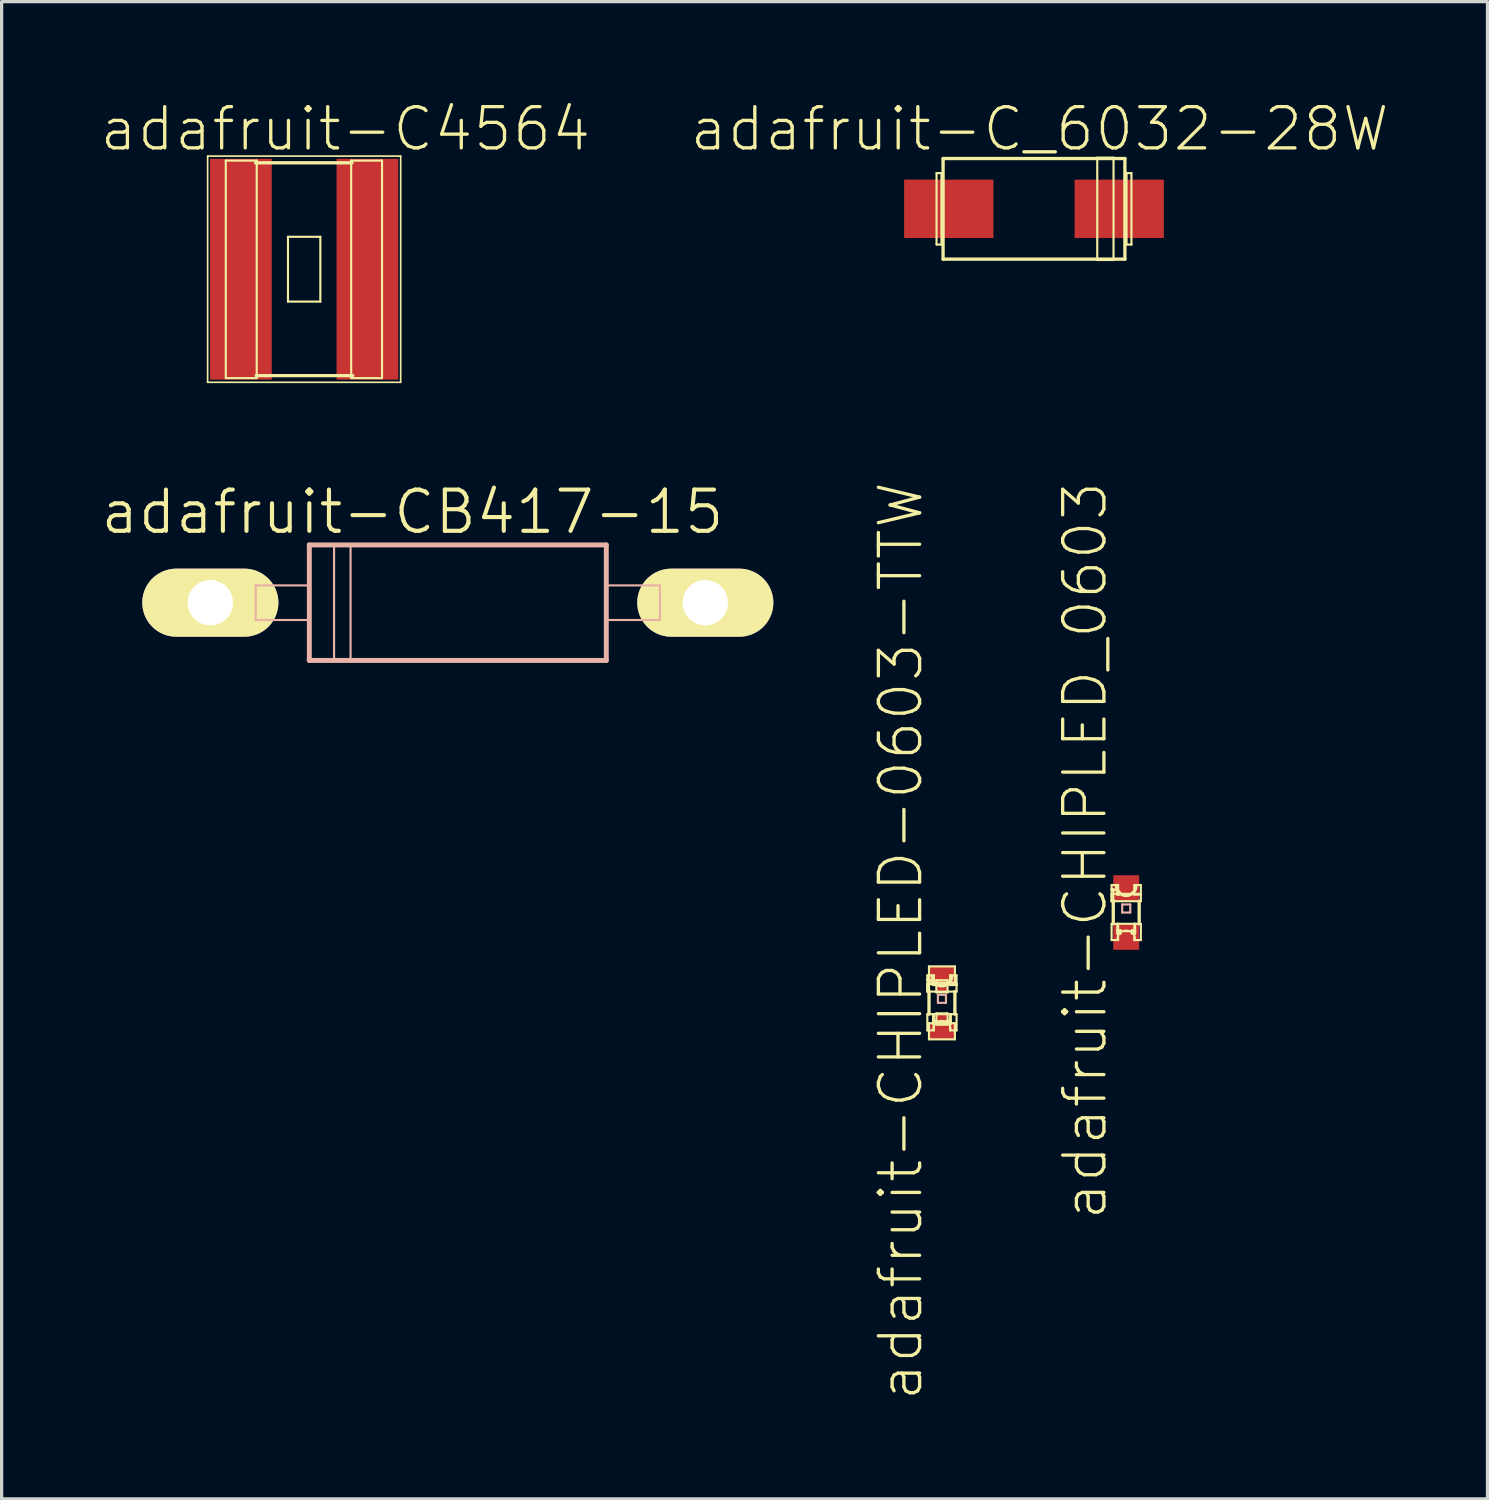
<source format=kicad_pcb>
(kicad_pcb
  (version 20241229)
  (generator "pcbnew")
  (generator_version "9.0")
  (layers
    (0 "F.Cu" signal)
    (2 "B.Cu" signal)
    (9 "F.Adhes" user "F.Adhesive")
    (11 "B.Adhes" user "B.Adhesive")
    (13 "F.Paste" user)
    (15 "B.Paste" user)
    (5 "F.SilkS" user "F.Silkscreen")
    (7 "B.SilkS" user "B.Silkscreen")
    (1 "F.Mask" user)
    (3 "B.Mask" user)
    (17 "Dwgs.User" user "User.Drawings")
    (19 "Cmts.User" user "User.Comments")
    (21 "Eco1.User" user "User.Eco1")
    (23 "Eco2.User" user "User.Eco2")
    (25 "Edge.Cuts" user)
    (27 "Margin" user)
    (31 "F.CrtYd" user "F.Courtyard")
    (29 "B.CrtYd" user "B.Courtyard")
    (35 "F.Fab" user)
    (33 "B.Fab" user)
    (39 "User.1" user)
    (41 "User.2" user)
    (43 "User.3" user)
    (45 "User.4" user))
  (footprint "adafruit-CHIPLED_0603"
    (layer "F.Cu")
    (at 31.627 25.047)
    (property "Reference" "adafruit-CHIPLED_0603" (at -1.27 -1.905 90) (layer "F.SilkS") (effects (font (size 1.27 1.27) (thickness 0.102))))
    (attr smd)
    (fp_line (start -0.45 -0.848) (end -0.249 -0.848) (stroke (width 0.066) (type solid)) (layer "F.SilkS"))
    (fp_line (start -0.45 -0.724) (end -0.399 -0.724) (stroke (width 0.066) (type solid)) (layer "F.SilkS"))
    (fp_line (start -0.45 -0.699) (end -0.45 -0.848) (stroke (width 0.066) (type solid)) (layer "F.SilkS"))
    (fp_line (start -0.45 -0.699) (end -0.249 -0.699) (stroke (width 0.066) (type solid)) (layer "F.SilkS"))
    (fp_line (start -0.45 -0.574) (end 0.45 -0.574) (stroke (width 0.066) (type solid)) (layer "F.SilkS"))
    (fp_line (start -0.45 -0.348) (end -0.45 -0.724) (stroke (width 0.066) (type solid)) (layer "F.SilkS"))
    (fp_line (start -0.45 -0.348) (end -0.45 -0.574) (stroke (width 0.066) (type solid)) (layer "F.SilkS"))
    (fp_line (start -0.45 -0.348) (end -0.399 -0.348) (stroke (width 0.066) (type solid)) (layer "F.SilkS"))
    (fp_line (start -0.45 -0.348) (end 0.45 -0.348) (stroke (width 0.066) (type solid)) (layer "F.SilkS"))
    (fp_line (start -0.45 0.348) (end -0.249 0.348) (stroke (width 0.066) (type solid)) (layer "F.SilkS"))
    (fp_line (start -0.45 0.848) (end -0.45 0.348) (stroke (width 0.066) (type solid)) (layer "F.SilkS"))
    (fp_line (start -0.45 0.848) (end -0.249 0.848) (stroke (width 0.066) (type solid)) (layer "F.SilkS"))
    (fp_line (start -0.399 -0.373) (end -0.399 0.348) (stroke (width 0.102) (type solid)) (layer "F.SilkS"))
    (fp_line (start -0.399 -0.348) (end -0.399 -0.724) (stroke (width 0.066) (type solid)) (layer "F.SilkS"))
    (fp_line (start -0.274 -0.599) (end -0.224 -0.599) (stroke (width 0.066) (type solid)) (layer "F.SilkS"))
    (fp_line (start -0.274 -0.549) (end -0.274 -0.599) (stroke (width 0.066) (type solid)) (layer "F.SilkS"))
    (fp_line (start -0.274 -0.549) (end -0.224 -0.549) (stroke (width 0.066) (type solid)) (layer "F.SilkS"))
    (fp_line (start -0.274 0.348) (end 0.274 0.348) (stroke (width 0.066) (type solid)) (layer "F.SilkS"))
    (fp_line (start -0.274 0.549) (end -0.173 0.549) (stroke (width 0.066) (type solid)) (layer "F.SilkS"))
    (fp_line (start -0.274 0.574) (end -0.274 0.348) (stroke (width 0.066) (type solid)) (layer "F.SilkS"))
    (fp_line (start -0.274 0.574) (end 0.274 0.574) (stroke (width 0.066) (type solid)) (layer "F.SilkS"))
    (fp_line (start -0.274 0.648) (end -0.274 0.549) (stroke (width 0.066) (type solid)) (layer "F.SilkS"))
    (fp_line (start -0.274 0.648) (end -0.173 0.648) (stroke (width 0.066) (type solid)) (layer "F.SilkS"))
    (fp_line (start -0.249 -0.699) (end -0.249 -0.848) (stroke (width 0.066) (type solid)) (layer "F.SilkS"))
    (fp_line (start -0.249 0.848) (end -0.249 0.348) (stroke (width 0.066) (type solid)) (layer "F.SilkS"))
    (fp_line (start -0.224 -0.549) (end -0.224 -0.599) (stroke (width 0.066) (type solid)) (layer "F.SilkS"))
    (fp_line (start -0.173 0.648) (end -0.173 0.549) (stroke (width 0.066) (type solid)) (layer "F.SilkS"))
    (fp_line (start 0.173 0.549) (end 0.274 0.549) (stroke (width 0.066) (type solid)) (layer "F.SilkS"))
    (fp_line (start 0.173 0.648) (end 0.173 0.549) (stroke (width 0.066) (type solid)) (layer "F.SilkS"))
    (fp_line (start 0.173 0.648) (end 0.274 0.648) (stroke (width 0.066) (type solid)) (layer "F.SilkS"))
    (fp_line (start 0.249 -0.848) (end 0.45 -0.848) (stroke (width 0.066) (type solid)) (layer "F.SilkS"))
    (fp_line (start 0.249 -0.549) (end 0.249 -0.848) (stroke (width 0.066) (type solid)) (layer "F.SilkS"))
    (fp_line (start 0.249 -0.549) (end 0.45 -0.549) (stroke (width 0.066) (type solid)) (layer "F.SilkS"))
    (fp_line (start 0.249 0.348) (end 0.45 0.348) (stroke (width 0.066) (type solid)) (layer "F.SilkS"))
    (fp_line (start 0.249 0.848) (end 0.249 0.348) (stroke (width 0.066) (type solid)) (layer "F.SilkS"))
    (fp_line (start 0.249 0.848) (end 0.45 0.848) (stroke (width 0.066) (type solid)) (layer "F.SilkS"))
    (fp_line (start 0.274 0.574) (end 0.274 0.348) (stroke (width 0.066) (type solid)) (layer "F.SilkS"))
    (fp_line (start 0.274 0.648) (end 0.274 0.549) (stroke (width 0.066) (type solid)) (layer "F.SilkS"))
    (fp_line (start 0.399 -0.348) (end 0.399 0.348) (stroke (width 0.102) (type solid)) (layer "F.SilkS"))
    (fp_line (start 0.45 -0.549) (end 0.45 -0.848) (stroke (width 0.066) (type solid)) (layer "F.SilkS"))
    (fp_line (start 0.45 -0.348) (end 0.45 -0.574) (stroke (width 0.066) (type solid)) (layer "F.SilkS"))
    (fp_line (start 0.45 0.848) (end 0.45 0.348) (stroke (width 0.066) (type solid)) (layer "F.SilkS"))
    (fp_arc (start -0.27432 0.82296) (mid 0 0.54864) (end 0.27432 0.82296) (stroke (width 0.0508) (type solid)) (layer "F.SilkS"))
    (fp_arc (start 0.29972 -0.82296) (mid 0 -0.52324) (end -0.29972 -0.82296) (stroke (width 0.1016) (type solid)) (layer "F.SilkS"))
    (fp_circle (center -0.348 -0.625) (end -0.384 -0.66) (stroke (width 0.025) (type solid)) (fill no) (layer "F.SilkS"))
    (fp_line (start -0.124 -0.249) (end 0.124 -0.249) (stroke (width 0.066) (type solid)) (layer "B.SilkS"))
    (fp_line (start -0.124 0) (end -0.124 -0.249) (stroke (width 0.066) (type solid)) (layer "B.SilkS"))
    (fp_line (start -0.124 0) (end 0.124 0) (stroke (width 0.066) (type solid)) (layer "B.SilkS"))
    (fp_line (start 0.124 0) (end 0.124 -0.249) (stroke (width 0.066) (type solid)) (layer "B.SilkS"))
    (pad "A" smd rect (at 0 0.749) (size 0.798 0.798) (layers "F.Cu" "F.Mask" "F.Paste"))
    (pad "C" smd rect (at 0 -0.749) (size 0.798 0.798) (layers "F.Cu" "F.Mask" "F.Paste")))
  (footprint "adafruit-CB417-15"
    (layer "F.Cu")
    (at 11.046 15.507)
    (property "Reference" "adafruit-CB417-15" (at -1.397 -2.794 0) (layer "F.SilkS") (effects (font (size 1.27 1.27) (thickness 0.127))))
    (attr exclude_from_pos_files exclude_from_bom)
    (fp_line (start -7.62 0) (end -6.35 0) (stroke (width 1.118) (type solid)) (layer "F.SilkS"))
    (fp_line (start 7.62 0) (end 6.35 0) (stroke (width 1.118) (type solid)) (layer "F.SilkS"))
    (fp_line (start -6.223 -0.533) (end -4.572 -0.533) (stroke (width 0.066) (type solid)) (layer "B.SilkS"))
    (fp_line (start -6.223 0.533) (end -6.223 -0.533) (stroke (width 0.066) (type solid)) (layer "B.SilkS"))
    (fp_line (start -6.223 0.533) (end -4.572 0.533) (stroke (width 0.066) (type solid)) (layer "B.SilkS"))
    (fp_line (start -4.572 0.533) (end -4.572 -0.533) (stroke (width 0.066) (type solid)) (layer "B.SilkS"))
    (fp_line (start -4.572 1.778) (end -4.572 -1.778) (stroke (width 0.152) (type solid)) (layer "B.SilkS"))
    (fp_line (start -4.572 1.778) (end 4.572 1.778) (stroke (width 0.152) (type solid)) (layer "B.SilkS"))
    (fp_line (start -3.81 -1.778) (end -3.302 -1.778) (stroke (width 0.066) (type solid)) (layer "B.SilkS"))
    (fp_line (start -3.81 1.778) (end -3.81 -1.778) (stroke (width 0.066) (type solid)) (layer "B.SilkS"))
    (fp_line (start -3.81 1.778) (end -3.302 1.778) (stroke (width 0.066) (type solid)) (layer "B.SilkS"))
    (fp_line (start -3.302 1.778) (end -3.302 -1.778) (stroke (width 0.066) (type solid)) (layer "B.SilkS"))
    (fp_line (start 4.572 -1.778) (end -4.572 -1.778) (stroke (width 0.152) (type solid)) (layer "B.SilkS"))
    (fp_line (start 4.572 -1.778) (end 4.572 1.778) (stroke (width 0.152) (type solid)) (layer "B.SilkS"))
    (fp_line (start 4.572 -0.533) (end 6.223 -0.533) (stroke (width 0.066) (type solid)) (layer "B.SilkS"))
    (fp_line (start 4.572 0.533) (end 4.572 -0.533) (stroke (width 0.066) (type solid)) (layer "B.SilkS"))
    (fp_line (start 4.572 0.533) (end 6.223 0.533) (stroke (width 0.066) (type solid)) (layer "B.SilkS"))
    (fp_line (start 6.223 0.533) (end 6.223 -0.533) (stroke (width 0.066) (type solid)) (layer "B.SilkS"))
    (pad "A" thru_hole oval (at 7.62 0 90) (size 2.095 4.191) (drill 1.397) (layers "*.Cu" "F.Mask" "F.SilkS" "F.Paste"))
    (pad "C" thru_hole oval (at -7.62 0 90) (size 2.095 4.191) (drill 1.397) (layers "*.Cu" "F.Mask" "F.SilkS" "F.Paste")))
  (footprint "adafruit-C_6032-28W"
    (layer "F.Cu")
    (at 28.787 3.38)
    (property "Reference" "adafruit-C_6032-28W" (at 0.173 -2.459 0) (layer "F.SilkS") (effects (font (size 1.27 1.27) (thickness 0.102))))
    (attr smd)
    (fp_line (start -3 -1.1) (end -2.85 -1.1) (stroke (width 0.066) (type solid)) (layer "F.SilkS"))
    (fp_line (start -3 1.1) (end -3 -1.1) (stroke (width 0.066) (type solid)) (layer "F.SilkS"))
    (fp_line (start -3 1.1) (end -2.85 1.1) (stroke (width 0.066) (type solid)) (layer "F.SilkS"))
    (fp_line (start -2.85 1.1) (end -2.85 -1.1) (stroke (width 0.066) (type solid)) (layer "F.SilkS"))
    (fp_line (start -2.799 -1.549) (end 2.799 -1.549) (stroke (width 0.102) (type solid)) (layer "F.SilkS"))
    (fp_line (start -2.799 1.549) (end -2.799 -1.549) (stroke (width 0.102) (type solid)) (layer "F.SilkS"))
    (fp_line (start 1.948 -1.575) (end 2.449 -1.575) (stroke (width 0.066) (type solid)) (layer "F.SilkS"))
    (fp_line (start 1.948 1.575) (end 1.948 -1.575) (stroke (width 0.066) (type solid)) (layer "F.SilkS"))
    (fp_line (start 1.948 1.575) (end 2.449 1.575) (stroke (width 0.066) (type solid)) (layer "F.SilkS"))
    (fp_line (start 2.449 1.575) (end 2.449 -1.575) (stroke (width 0.066) (type solid)) (layer "F.SilkS"))
    (fp_line (start 2.799 -1.549) (end 2.799 1.549) (stroke (width 0.102) (type solid)) (layer "F.SilkS"))
    (fp_line (start 2.799 1.549) (end -2.799 1.549) (stroke (width 0.102) (type solid)) (layer "F.SilkS"))
    (fp_line (start 2.85 -1.1) (end 3 -1.1) (stroke (width 0.066) (type solid)) (layer "F.SilkS"))
    (fp_line (start 2.85 1.1) (end 2.85 -1.1) (stroke (width 0.066) (type solid)) (layer "F.SilkS"))
    (fp_line (start 2.85 1.1) (end 3 1.1) (stroke (width 0.066) (type solid)) (layer "F.SilkS"))
    (fp_line (start 3 1.1) (end 3 -1.1) (stroke (width 0.066) (type solid)) (layer "F.SilkS"))
    (pad "+" smd rect (at 2.624 0) (size 2.748 1.798) (layers "F.Cu" "F.Mask" "F.Paste"))
    (pad "-" smd rect (at -2.624 0) (size 2.748 1.798) (layers "F.Cu" "F.Mask" "F.Paste")))
  (footprint "adafruit-CHIPLED-0603-TTW"
    (layer "F.Cu")
    (at 25.953 27.829)
    (property "Reference" "adafruit-CHIPLED-0603-TTW" (at -1.27 -1.905 90) (layer "F.SilkS") (effects (font (size 1.27 1.27) (thickness 0.102))))
    (attr smd)
    (fp_line (start -0.45 -0.848) (end -0.249 -0.848) (stroke (width 0.066) (type solid)) (layer "F.SilkS"))
    (fp_line (start -0.45 -0.724) (end -0.399 -0.724) (stroke (width 0.066) (type solid)) (layer "F.SilkS"))
    (fp_line (start -0.45 -0.699) (end -0.45 -0.848) (stroke (width 0.066) (type solid)) (layer "F.SilkS"))
    (fp_line (start -0.45 -0.699) (end -0.249 -0.699) (stroke (width 0.066) (type solid)) (layer "F.SilkS"))
    (fp_line (start -0.45 -0.574) (end 0.45 -0.574) (stroke (width 0.066) (type solid)) (layer "F.SilkS"))
    (fp_line (start -0.45 -0.348) (end -0.45 -0.724) (stroke (width 0.066) (type solid)) (layer "F.SilkS"))
    (fp_line (start -0.45 -0.348) (end -0.45 -0.574) (stroke (width 0.066) (type solid)) (layer "F.SilkS"))
    (fp_line (start -0.45 -0.348) (end -0.399 -0.348) (stroke (width 0.066) (type solid)) (layer "F.SilkS"))
    (fp_line (start -0.45 -0.348) (end 0.45 -0.348) (stroke (width 0.066) (type solid)) (layer "F.SilkS"))
    (fp_line (start -0.45 0.348) (end -0.249 0.348) (stroke (width 0.066) (type solid)) (layer "F.SilkS"))
    (fp_line (start -0.45 0.848) (end -0.45 0.348) (stroke (width 0.066) (type solid)) (layer "F.SilkS"))
    (fp_line (start -0.45 0.848) (end -0.249 0.848) (stroke (width 0.066) (type solid)) (layer "F.SilkS"))
    (fp_line (start -0.399 -1.123) (end 0.399 -1.123) (stroke (width 0.066) (type solid)) (layer "F.SilkS"))
    (fp_line (start -0.399 -0.625) (end -0.399 -1.123) (stroke (width 0.066) (type solid)) (layer "F.SilkS"))
    (fp_line (start -0.399 -0.625) (end 0.399 -0.625) (stroke (width 0.066) (type solid)) (layer "F.SilkS"))
    (fp_line (start -0.399 -0.373) (end -0.399 0.348) (stroke (width 0.102) (type solid)) (layer "F.SilkS"))
    (fp_line (start -0.399 -0.348) (end -0.399 -0.724) (stroke (width 0.066) (type solid)) (layer "F.SilkS"))
    (fp_line (start -0.399 0.625) (end 0.399 0.625) (stroke (width 0.066) (type solid)) (layer "F.SilkS"))
    (fp_line (start -0.399 1.123) (end -0.399 0.625) (stroke (width 0.066) (type solid)) (layer "F.SilkS"))
    (fp_line (start -0.399 1.123) (end 0.399 1.123) (stroke (width 0.066) (type solid)) (layer "F.SilkS"))
    (fp_line (start -0.274 -0.599) (end -0.224 -0.599) (stroke (width 0.066) (type solid)) (layer "F.SilkS"))
    (fp_line (start -0.274 -0.549) (end -0.274 -0.599) (stroke (width 0.066) (type solid)) (layer "F.SilkS"))
    (fp_line (start -0.274 -0.549) (end -0.224 -0.549) (stroke (width 0.066) (type solid)) (layer "F.SilkS"))
    (fp_line (start -0.274 0.348) (end 0.274 0.348) (stroke (width 0.066) (type solid)) (layer "F.SilkS"))
    (fp_line (start -0.274 0.549) (end -0.173 0.549) (stroke (width 0.066) (type solid)) (layer "F.SilkS"))
    (fp_line (start -0.274 0.574) (end -0.274 0.348) (stroke (width 0.066) (type solid)) (layer "F.SilkS"))
    (fp_line (start -0.274 0.574) (end 0.274 0.574) (stroke (width 0.066) (type solid)) (layer "F.SilkS"))
    (fp_line (start -0.274 0.648) (end -0.274 0.549) (stroke (width 0.066) (type solid)) (layer "F.SilkS"))
    (fp_line (start -0.274 0.648) (end -0.173 0.648) (stroke (width 0.066) (type solid)) (layer "F.SilkS"))
    (fp_line (start -0.249 -0.699) (end -0.249 -0.848) (stroke (width 0.066) (type solid)) (layer "F.SilkS"))
    (fp_line (start -0.249 0.848) (end -0.249 0.348) (stroke (width 0.066) (type solid)) (layer "F.SilkS"))
    (fp_line (start -0.224 -0.549) (end -0.224 -0.599) (stroke (width 0.066) (type solid)) (layer "F.SilkS"))
    (fp_line (start -0.173 -0.699) (end 0.173 -0.699) (stroke (width 0.066) (type solid)) (layer "F.SilkS"))
    (fp_line (start -0.173 -0.323) (end -0.173 -0.699) (stroke (width 0.066) (type solid)) (layer "F.SilkS"))
    (fp_line (start -0.173 -0.323) (end 0.173 -0.323) (stroke (width 0.066) (type solid)) (layer "F.SilkS"))
    (fp_line (start -0.173 0.323) (end 0.173 0.323) (stroke (width 0.066) (type solid)) (layer "F.SilkS"))
    (fp_line (start -0.173 0.648) (end -0.173 0.549) (stroke (width 0.066) (type solid)) (layer "F.SilkS"))
    (fp_line (start -0.173 0.673) (end -0.173 0.323) (stroke (width 0.066) (type solid)) (layer "F.SilkS"))
    (fp_line (start -0.173 0.673) (end 0.173 0.673) (stroke (width 0.066) (type solid)) (layer "F.SilkS"))
    (fp_line (start 0.173 -0.323) (end 0.173 -0.699) (stroke (width 0.066) (type solid)) (layer "F.SilkS"))
    (fp_line (start 0.173 0.549) (end 0.274 0.549) (stroke (width 0.066) (type solid)) (layer "F.SilkS"))
    (fp_line (start 0.173 0.648) (end 0.173 0.549) (stroke (width 0.066) (type solid)) (layer "F.SilkS"))
    (fp_line (start 0.173 0.648) (end 0.274 0.648) (stroke (width 0.066) (type solid)) (layer "F.SilkS"))
    (fp_line (start 0.173 0.673) (end 0.173 0.323) (stroke (width 0.066) (type solid)) (layer "F.SilkS"))
    (fp_line (start 0.249 -0.848) (end 0.45 -0.848) (stroke (width 0.066) (type solid)) (layer "F.SilkS"))
    (fp_line (start 0.249 -0.549) (end 0.249 -0.848) (stroke (width 0.066) (type solid)) (layer "F.SilkS"))
    (fp_line (start 0.249 -0.549) (end 0.45 -0.549) (stroke (width 0.066) (type solid)) (layer "F.SilkS"))
    (fp_line (start 0.249 0.348) (end 0.45 0.348) (stroke (width 0.066) (type solid)) (layer "F.SilkS"))
    (fp_line (start 0.249 0.848) (end 0.249 0.348) (stroke (width 0.066) (type solid)) (layer "F.SilkS"))
    (fp_line (start 0.249 0.848) (end 0.45 0.848) (stroke (width 0.066) (type solid)) (layer "F.SilkS"))
    (fp_line (start 0.274 0.574) (end 0.274 0.348) (stroke (width 0.066) (type solid)) (layer "F.SilkS"))
    (fp_line (start 0.274 0.648) (end 0.274 0.549) (stroke (width 0.066) (type solid)) (layer "F.SilkS"))
    (fp_line (start 0.399 -0.625) (end 0.399 -1.123) (stroke (width 0.066) (type solid)) (layer "F.SilkS"))
    (fp_line (start 0.399 -0.348) (end 0.399 0.348) (stroke (width 0.102) (type solid)) (layer "F.SilkS"))
    (fp_line (start 0.399 1.123) (end 0.399 0.625) (stroke (width 0.066) (type solid)) (layer "F.SilkS"))
    (fp_line (start 0.45 -0.549) (end 0.45 -0.848) (stroke (width 0.066) (type solid)) (layer "F.SilkS"))
    (fp_line (start 0.45 -0.348) (end 0.45 -0.574) (stroke (width 0.066) (type solid)) (layer "F.SilkS"))
    (fp_line (start 0.45 0.848) (end 0.45 0.348) (stroke (width 0.066) (type solid)) (layer "F.SilkS"))
    (fp_arc (start -0.27432 0.82296) (mid 0 0.54864) (end 0.27432 0.82296) (stroke (width 0.0508) (type solid)) (layer "F.SilkS"))
    (fp_arc (start 0.29972 -0.82296) (mid 0 -0.52324) (end -0.29972 -0.82296) (stroke (width 0.1016) (type solid)) (layer "F.SilkS"))
    (fp_circle (center -0.348 -0.625) (end -0.384 -0.66) (stroke (width 0.025) (type solid)) (fill no) (layer "F.SilkS"))
    (fp_line (start -0.124 -0.249) (end 0.124 -0.249) (stroke (width 0.066) (type solid)) (layer "B.SilkS"))
    (fp_line (start -0.124 0) (end -0.124 -0.249) (stroke (width 0.066) (type solid)) (layer "B.SilkS"))
    (fp_line (start -0.124 0) (end 0.124 0) (stroke (width 0.066) (type solid)) (layer "B.SilkS"))
    (fp_line (start 0.124 0) (end 0.124 -0.249) (stroke (width 0.066) (type solid)) (layer "B.SilkS"))
    (pad "A" smd rect (at 0 0.874) (size 0.798 0.498) (layers "F.Cu" "F.Mask" "F.Paste"))
    (pad "A@1" smd rect (at 0 0.498) (size 0.348 0.348) (layers "F.Cu" "F.Mask" "F.Paste"))
    (pad "C" smd rect (at 0 -0.874) (size 0.798 0.498) (layers "F.Cu" "F.Mask" "F.Paste"))
    (pad "C@1" smd rect (at 0 -0.498) (size 0.348 0.348) (layers "F.Cu" "F.Mask" "F.Paste")))
  (footprint "adafruit-C4564"
    (layer "F.Cu")
    (at 6.315 5.239)
    (property "Reference" "adafruit-C4564" (at 1.27 -4.318 0) (layer "F.SilkS") (effects (font (size 1.27 1.27) (thickness 0.102))))
    (attr smd)
    (fp_line (start -2.972 -3.482) (end 2.972 -3.482) (stroke (width 0.051) (type solid)) (layer "F.SilkS"))
    (fp_line (start -2.972 3.482) (end -2.972 -3.482) (stroke (width 0.051) (type solid)) (layer "F.SilkS"))
    (fp_line (start -2.413 -3.345) (end -1.46 -3.345) (stroke (width 0.066) (type solid)) (layer "F.SilkS"))
    (fp_line (start -2.413 3.353) (end -2.413 -3.345) (stroke (width 0.066) (type solid)) (layer "F.SilkS"))
    (fp_line (start -2.413 3.353) (end -1.46 3.353) (stroke (width 0.066) (type solid)) (layer "F.SilkS"))
    (fp_line (start -1.499 -3.277) (end 1.473 -3.277) (stroke (width 0.102) (type solid)) (layer "F.SilkS"))
    (fp_line (start -1.473 3.277) (end 1.499 3.277) (stroke (width 0.102) (type solid)) (layer "F.SilkS"))
    (fp_line (start -1.46 3.353) (end -1.46 -3.345) (stroke (width 0.066) (type solid)) (layer "F.SilkS"))
    (fp_line (start -0.498 -0.998) (end 0.498 -0.998) (stroke (width 0.066) (type solid)) (layer "F.SilkS"))
    (fp_line (start -0.498 0.998) (end -0.498 -0.998) (stroke (width 0.066) (type solid)) (layer "F.SilkS"))
    (fp_line (start -0.498 0.998) (end 0.498 0.998) (stroke (width 0.066) (type solid)) (layer "F.SilkS"))
    (fp_line (start 0.498 0.998) (end 0.498 -0.998) (stroke (width 0.066) (type solid)) (layer "F.SilkS"))
    (fp_line (start 1.448 -3.345) (end 2.398 -3.345) (stroke (width 0.066) (type solid)) (layer "F.SilkS"))
    (fp_line (start 1.448 3.353) (end 1.448 -3.345) (stroke (width 0.066) (type solid)) (layer "F.SilkS"))
    (fp_line (start 1.448 3.353) (end 2.398 3.353) (stroke (width 0.066) (type solid)) (layer "F.SilkS"))
    (fp_line (start 2.398 3.353) (end 2.398 -3.345) (stroke (width 0.066) (type solid)) (layer "F.SilkS"))
    (fp_line (start 2.972 -3.482) (end 2.972 3.482) (stroke (width 0.051) (type solid)) (layer "F.SilkS"))
    (fp_line (start 2.972 3.482) (end -2.972 3.482) (stroke (width 0.051) (type solid)) (layer "F.SilkS"))
    (pad "1" smd rect (at -1.948 0) (size 1.9 6.8) (layers "F.Cu" "F.Mask" "F.Paste"))
    (pad "2" smd rect (at 1.948 0) (size 1.9 6.8) (layers "F.Cu" "F.Mask" "F.Paste")))
  (gr_rect
    (start -3 -3)
    (end 42.75 43.101)
    (stroke (width 0.1) (type default))
    (fill no)
    (layer "Edge.Cuts")))
</source>
